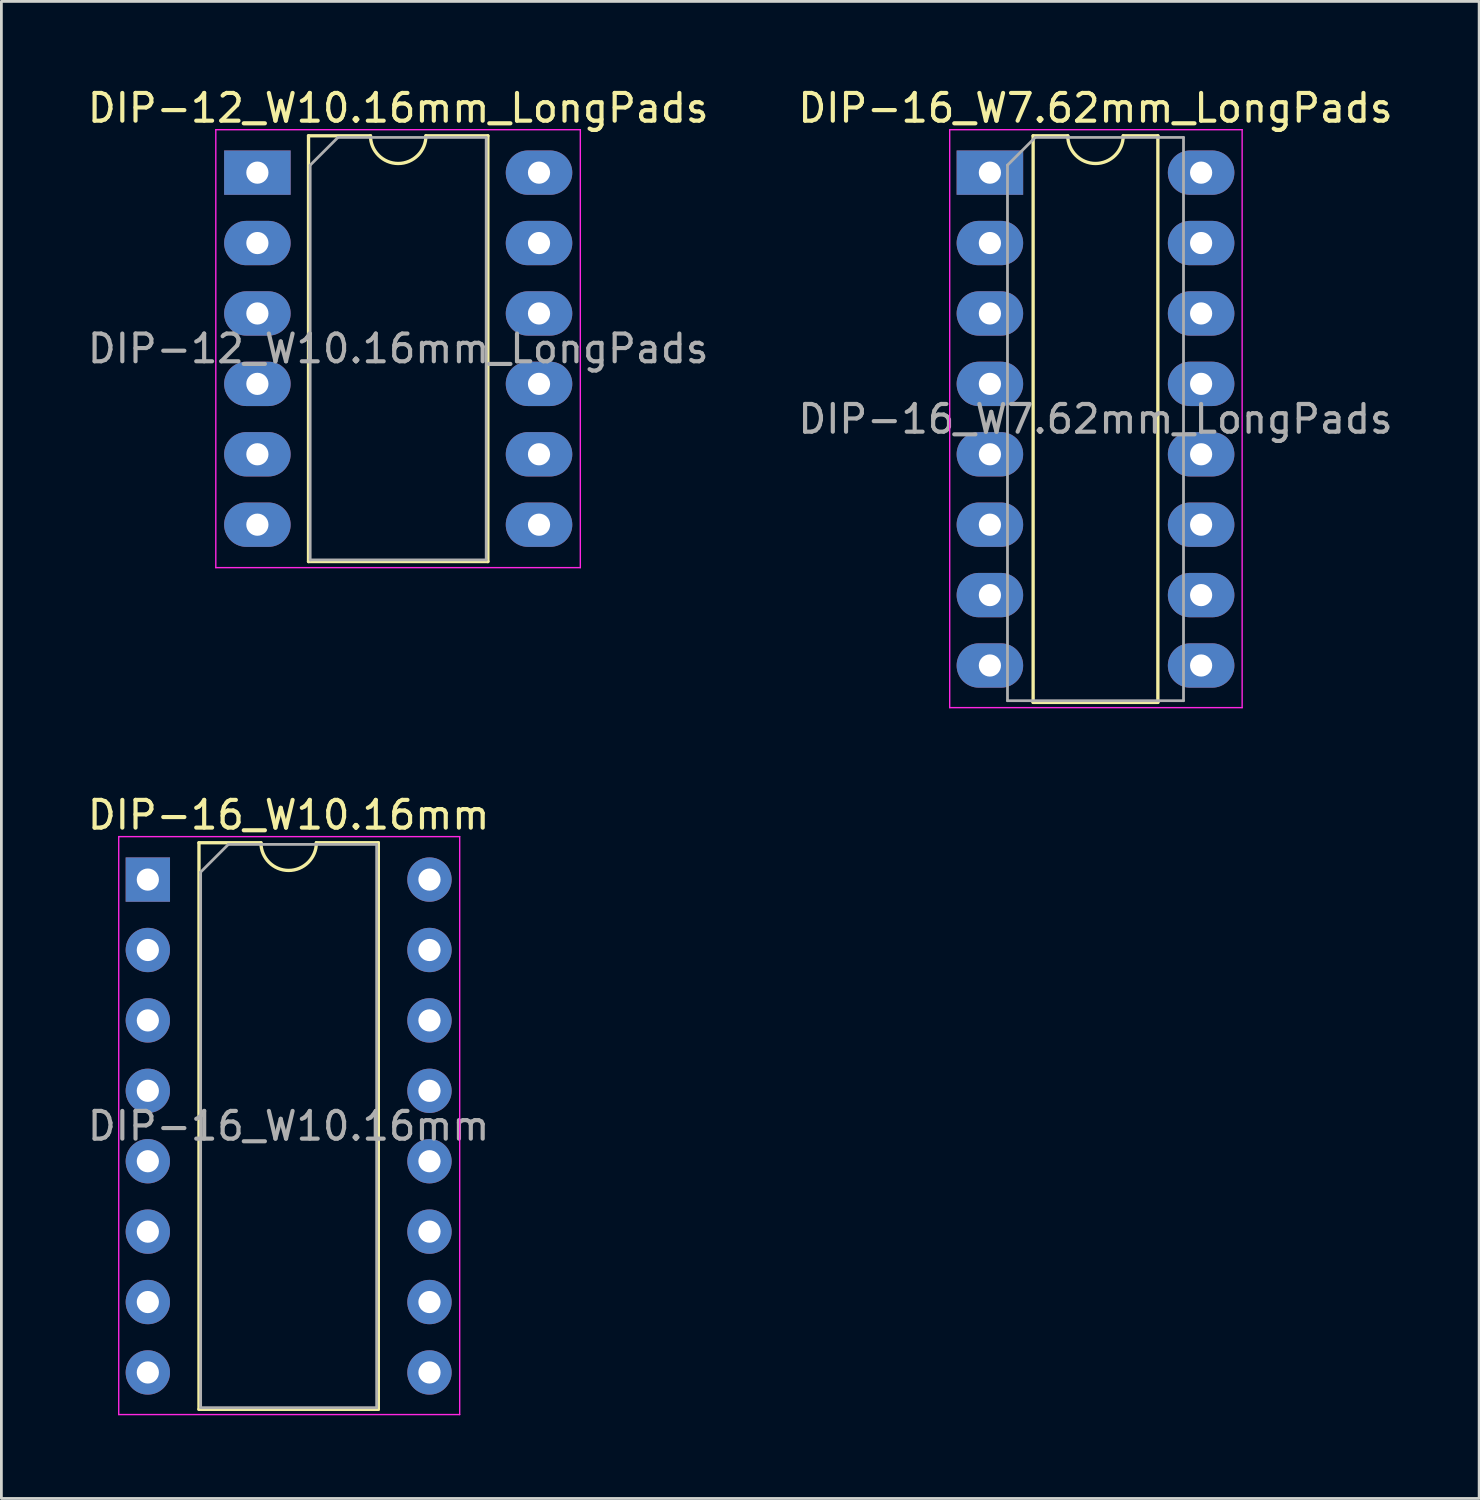
<source format=kicad_pcb>
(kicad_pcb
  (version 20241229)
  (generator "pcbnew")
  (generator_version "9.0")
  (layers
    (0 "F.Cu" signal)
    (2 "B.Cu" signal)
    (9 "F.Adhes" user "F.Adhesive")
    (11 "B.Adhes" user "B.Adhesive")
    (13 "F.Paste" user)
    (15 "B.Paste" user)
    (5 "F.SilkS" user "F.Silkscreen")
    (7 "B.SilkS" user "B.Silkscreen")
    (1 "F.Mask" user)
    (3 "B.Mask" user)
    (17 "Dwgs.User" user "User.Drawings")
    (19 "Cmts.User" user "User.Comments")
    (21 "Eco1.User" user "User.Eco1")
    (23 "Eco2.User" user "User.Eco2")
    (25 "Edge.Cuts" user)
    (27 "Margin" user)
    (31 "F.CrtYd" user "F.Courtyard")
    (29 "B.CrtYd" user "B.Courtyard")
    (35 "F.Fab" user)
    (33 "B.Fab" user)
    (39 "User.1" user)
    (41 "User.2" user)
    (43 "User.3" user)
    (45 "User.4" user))
  (footprint "DIP-16_W7.62mm_LongPads"
    (layer "F.Cu")
    (at 32.66 3.178)
    (property "Reference" "DIP-16_W7.62mm_LongPads" (at 3.81 -2.33 0) (layer "F.SilkS") (effects (font (size 1 1) (thickness 0.15))))
    (attr through_hole)
    (fp_line (start 1.56 -1.33) (end 1.56 19.11) (stroke (width 0.12) (type solid)) (layer "F.SilkS"))
    (fp_line (start 1.56 19.11) (end 6.06 19.11) (stroke (width 0.12) (type solid)) (layer "F.SilkS"))
    (fp_line (start 2.81 -1.33) (end 1.56 -1.33) (stroke (width 0.12) (type solid)) (layer "F.SilkS"))
    (fp_line (start 6.06 -1.33) (end 4.81 -1.33) (stroke (width 0.12) (type solid)) (layer "F.SilkS"))
    (fp_line (start 6.06 19.11) (end 6.06 -1.33) (stroke (width 0.12) (type solid)) (layer "F.SilkS"))
    (fp_arc (start 4.81 -1.33) (mid 3.81 -0.33) (end 2.81 -1.33) (stroke (width 0.12) (type solid)) (layer "F.SilkS"))
    (fp_line (start -1.45 -1.55) (end -1.45 19.3) (stroke (width 0.05) (type solid)) (layer "F.CrtYd"))
    (fp_line (start -1.45 19.3) (end 9.1 19.3) (stroke (width 0.05) (type solid)) (layer "F.CrtYd"))
    (fp_line (start 9.1 -1.55) (end -1.45 -1.55) (stroke (width 0.05) (type solid)) (layer "F.CrtYd"))
    (fp_line (start 9.1 19.3) (end 9.1 -1.55) (stroke (width 0.05) (type solid)) (layer "F.CrtYd"))
    (fp_line (start 0.635 -0.27) (end 1.635 -1.27) (stroke (width 0.1) (type solid)) (layer "F.Fab"))
    (fp_line (start 0.635 19.05) (end 0.635 -0.27) (stroke (width 0.1) (type solid)) (layer "F.Fab"))
    (fp_line (start 1.635 -1.27) (end 6.985 -1.27) (stroke (width 0.1) (type solid)) (layer "F.Fab"))
    (fp_line (start 6.985 -1.27) (end 6.985 19.05) (stroke (width 0.1) (type solid)) (layer "F.Fab"))
    (fp_line (start 6.985 19.05) (end 0.635 19.05) (stroke (width 0.1) (type solid)) (layer "F.Fab"))
    (fp_text user "${REFERENCE}" (at 3.81 8.89 0) (layer "F.Fab") (effects (font (size 1 1) (thickness 0.15))))
    (pad "1" thru_hole rect (at 0 0) (size 2.4 1.6) (drill 0.8) (layers "*.Cu" "*.Mask"))
    (pad "2" thru_hole oval (at 0 2.54) (size 2.4 1.6) (drill 0.8) (layers "*.Cu" "*.Mask"))
    (pad "3" thru_hole oval (at 0 5.08) (size 2.4 1.6) (drill 0.8) (layers "*.Cu" "*.Mask"))
    (pad "4" thru_hole oval (at 0 7.62) (size 2.4 1.6) (drill 0.8) (layers "*.Cu" "*.Mask"))
    (pad "5" thru_hole oval (at 0 10.16) (size 2.4 1.6) (drill 0.8) (layers "*.Cu" "*.Mask"))
    (pad "6" thru_hole oval (at 0 12.7) (size 2.4 1.6) (drill 0.8) (layers "*.Cu" "*.Mask"))
    (pad "7" thru_hole oval (at 0 15.24) (size 2.4 1.6) (drill 0.8) (layers "*.Cu" "*.Mask"))
    (pad "8" thru_hole oval (at 0 17.78) (size 2.4 1.6) (drill 0.8) (layers "*.Cu" "*.Mask"))
    (pad "9" thru_hole oval (at 7.62 17.78) (size 2.4 1.6) (drill 0.8) (layers "*.Cu" "*.Mask"))
    (pad "10" thru_hole oval (at 7.62 15.24) (size 2.4 1.6) (drill 0.8) (layers "*.Cu" "*.Mask"))
    (pad "11" thru_hole oval (at 7.62 12.7) (size 2.4 1.6) (drill 0.8) (layers "*.Cu" "*.Mask"))
    (pad "12" thru_hole oval (at 7.62 10.16) (size 2.4 1.6) (drill 0.8) (layers "*.Cu" "*.Mask"))
    (pad "13" thru_hole oval (at 7.62 7.62) (size 2.4 1.6) (drill 0.8) (layers "*.Cu" "*.Mask"))
    (pad "14" thru_hole oval (at 7.62 5.08) (size 2.4 1.6) (drill 0.8) (layers "*.Cu" "*.Mask"))
    (pad "15" thru_hole oval (at 7.62 2.54) (size 2.4 1.6) (drill 0.8) (layers "*.Cu" "*.Mask"))
    (pad "16" thru_hole oval (at 7.62 0) (size 2.4 1.6) (drill 0.8) (layers "*.Cu" "*.Mask")))
  (footprint "DIP-12_W10.16mm_LongPads"
    (layer "F.Cu")
    (at 6.235 3.178)
    (property "Reference" "DIP-12_W10.16mm_LongPads" (at 5.08 -2.33 0) (layer "F.SilkS") (effects (font (size 1 1) (thickness 0.15))))
    (attr through_hole)
    (fp_line (start 1.845 -1.33) (end 1.845 14.03) (stroke (width 0.12) (type solid)) (layer "F.SilkS"))
    (fp_line (start 1.845 14.03) (end 8.315 14.03) (stroke (width 0.12) (type solid)) (layer "F.SilkS"))
    (fp_line (start 4.08 -1.33) (end 1.845 -1.33) (stroke (width 0.12) (type solid)) (layer "F.SilkS"))
    (fp_line (start 8.315 -1.33) (end 6.08 -1.33) (stroke (width 0.12) (type solid)) (layer "F.SilkS"))
    (fp_line (start 8.315 14.03) (end 8.315 -1.33) (stroke (width 0.12) (type solid)) (layer "F.SilkS"))
    (fp_arc (start 6.08 -1.33) (mid 5.08 -0.33) (end 4.08 -1.33) (stroke (width 0.12) (type solid)) (layer "F.SilkS"))
    (fp_line (start -1.5 -1.55) (end -1.5 14.25) (stroke (width 0.05) (type solid)) (layer "F.CrtYd"))
    (fp_line (start -1.5 14.25) (end 11.65 14.25) (stroke (width 0.05) (type solid)) (layer "F.CrtYd"))
    (fp_line (start 11.65 -1.55) (end -1.5 -1.55) (stroke (width 0.05) (type solid)) (layer "F.CrtYd"))
    (fp_line (start 11.65 14.25) (end 11.65 -1.55) (stroke (width 0.05) (type solid)) (layer "F.CrtYd"))
    (fp_line (start 1.905 -0.27) (end 2.905 -1.27) (stroke (width 0.1) (type solid)) (layer "F.Fab"))
    (fp_line (start 1.905 13.97) (end 1.905 -0.27) (stroke (width 0.1) (type solid)) (layer "F.Fab"))
    (fp_line (start 2.905 -1.27) (end 8.255 -1.27) (stroke (width 0.1) (type solid)) (layer "F.Fab"))
    (fp_line (start 8.255 -1.27) (end 8.255 13.97) (stroke (width 0.1) (type solid)) (layer "F.Fab"))
    (fp_line (start 8.255 13.97) (end 1.905 13.97) (stroke (width 0.1) (type solid)) (layer "F.Fab"))
    (fp_text user "${REFERENCE}" (at 5.08 6.35 0) (layer "F.Fab") (effects (font (size 1 1) (thickness 0.15))))
    (pad "1" thru_hole rect (at 0 0) (size 2.4 1.6) (drill 0.8) (layers "*.Cu" "*.Mask"))
    (pad "2" thru_hole oval (at 0 2.54) (size 2.4 1.6) (drill 0.8) (layers "*.Cu" "*.Mask"))
    (pad "3" thru_hole oval (at 0 5.08) (size 2.4 1.6) (drill 0.8) (layers "*.Cu" "*.Mask"))
    (pad "4" thru_hole oval (at 0 7.62) (size 2.4 1.6) (drill 0.8) (layers "*.Cu" "*.Mask"))
    (pad "5" thru_hole oval (at 0 10.16) (size 2.4 1.6) (drill 0.8) (layers "*.Cu" "*.Mask"))
    (pad "6" thru_hole oval (at 0 12.7) (size 2.4 1.6) (drill 0.8) (layers "*.Cu" "*.Mask"))
    (pad "7" thru_hole oval (at 10.16 12.7) (size 2.4 1.6) (drill 0.8) (layers "*.Cu" "*.Mask"))
    (pad "8" thru_hole oval (at 10.16 10.16) (size 2.4 1.6) (drill 0.8) (layers "*.Cu" "*.Mask"))
    (pad "9" thru_hole oval (at 10.16 7.62) (size 2.4 1.6) (drill 0.8) (layers "*.Cu" "*.Mask"))
    (pad "10" thru_hole oval (at 10.16 5.08) (size 2.4 1.6) (drill 0.8) (layers "*.Cu" "*.Mask"))
    (pad "11" thru_hole oval (at 10.16 2.54) (size 2.4 1.6) (drill 0.8) (layers "*.Cu" "*.Mask"))
    (pad "12" thru_hole oval (at 10.16 0) (size 2.4 1.6) (drill 0.8) (layers "*.Cu" "*.Mask")))
  (footprint "DIP-16_W10.16mm"
    (layer "F.Cu")
    (at 2.283 28.681)
    (property "Reference" "DIP-16_W10.16mm" (at 5.08 -2.33 0) (layer "F.SilkS") (effects (font (size 1 1) (thickness 0.15))))
    (attr through_hole)
    (fp_line (start 1.845 -1.33) (end 1.845 19.11) (stroke (width 0.12) (type solid)) (layer "F.SilkS"))
    (fp_line (start 1.845 19.11) (end 8.315 19.11) (stroke (width 0.12) (type solid)) (layer "F.SilkS"))
    (fp_line (start 4.08 -1.33) (end 1.845 -1.33) (stroke (width 0.12) (type solid)) (layer "F.SilkS"))
    (fp_line (start 8.315 -1.33) (end 6.08 -1.33) (stroke (width 0.12) (type solid)) (layer "F.SilkS"))
    (fp_line (start 8.315 19.11) (end 8.315 -1.33) (stroke (width 0.12) (type solid)) (layer "F.SilkS"))
    (fp_arc (start 6.08 -1.33) (mid 5.08 -0.33) (end 4.08 -1.33) (stroke (width 0.12) (type solid)) (layer "F.SilkS"))
    (fp_line (start -1.05 -1.55) (end -1.05 19.3) (stroke (width 0.05) (type solid)) (layer "F.CrtYd"))
    (fp_line (start -1.05 19.3) (end 11.25 19.3) (stroke (width 0.05) (type solid)) (layer "F.CrtYd"))
    (fp_line (start 11.25 -1.55) (end -1.05 -1.55) (stroke (width 0.05) (type solid)) (layer "F.CrtYd"))
    (fp_line (start 11.25 19.3) (end 11.25 -1.55) (stroke (width 0.05) (type solid)) (layer "F.CrtYd"))
    (fp_line (start 1.905 -0.27) (end 2.905 -1.27) (stroke (width 0.1) (type solid)) (layer "F.Fab"))
    (fp_line (start 1.905 19.05) (end 1.905 -0.27) (stroke (width 0.1) (type solid)) (layer "F.Fab"))
    (fp_line (start 2.905 -1.27) (end 8.255 -1.27) (stroke (width 0.1) (type solid)) (layer "F.Fab"))
    (fp_line (start 8.255 -1.27) (end 8.255 19.05) (stroke (width 0.1) (type solid)) (layer "F.Fab"))
    (fp_line (start 8.255 19.05) (end 1.905 19.05) (stroke (width 0.1) (type solid)) (layer "F.Fab"))
    (fp_text user "${REFERENCE}" (at 5.08 8.89 0) (layer "F.Fab") (effects (font (size 1 1) (thickness 0.15))))
    (pad "1" thru_hole rect (at 0 0) (size 1.6 1.6) (drill 0.8) (layers "*.Cu" "*.Mask"))
    (pad "2" thru_hole oval (at 0 2.54) (size 1.6 1.6) (drill 0.8) (layers "*.Cu" "*.Mask"))
    (pad "3" thru_hole oval (at 0 5.08) (size 1.6 1.6) (drill 0.8) (layers "*.Cu" "*.Mask"))
    (pad "4" thru_hole oval (at 0 7.62) (size 1.6 1.6) (drill 0.8) (layers "*.Cu" "*.Mask"))
    (pad "5" thru_hole oval (at 0 10.16) (size 1.6 1.6) (drill 0.8) (layers "*.Cu" "*.Mask"))
    (pad "6" thru_hole oval (at 0 12.7) (size 1.6 1.6) (drill 0.8) (layers "*.Cu" "*.Mask"))
    (pad "7" thru_hole oval (at 0 15.24) (size 1.6 1.6) (drill 0.8) (layers "*.Cu" "*.Mask"))
    (pad "8" thru_hole oval (at 0 17.78) (size 1.6 1.6) (drill 0.8) (layers "*.Cu" "*.Mask"))
    (pad "9" thru_hole oval (at 10.16 17.78) (size 1.6 1.6) (drill 0.8) (layers "*.Cu" "*.Mask"))
    (pad "10" thru_hole oval (at 10.16 15.24) (size 1.6 1.6) (drill 0.8) (layers "*.Cu" "*.Mask"))
    (pad "11" thru_hole oval (at 10.16 12.7) (size 1.6 1.6) (drill 0.8) (layers "*.Cu" "*.Mask"))
    (pad "12" thru_hole oval (at 10.16 10.16) (size 1.6 1.6) (drill 0.8) (layers "*.Cu" "*.Mask"))
    (pad "13" thru_hole oval (at 10.16 7.62) (size 1.6 1.6) (drill 0.8) (layers "*.Cu" "*.Mask"))
    (pad "14" thru_hole oval (at 10.16 5.08) (size 1.6 1.6) (drill 0.8) (layers "*.Cu" "*.Mask"))
    (pad "15" thru_hole oval (at 10.16 2.54) (size 1.6 1.6) (drill 0.8) (layers "*.Cu" "*.Mask"))
    (pad "16" thru_hole oval (at 10.16 0) (size 1.6 1.6) (drill 0.8) (layers "*.Cu" "*.Mask")))
  (gr_rect
    (start -3 -3)
    (end 50.31 51.007)
    (stroke (width 0.1) (type default))
    (fill no)
    (layer "Edge.Cuts")))
</source>
